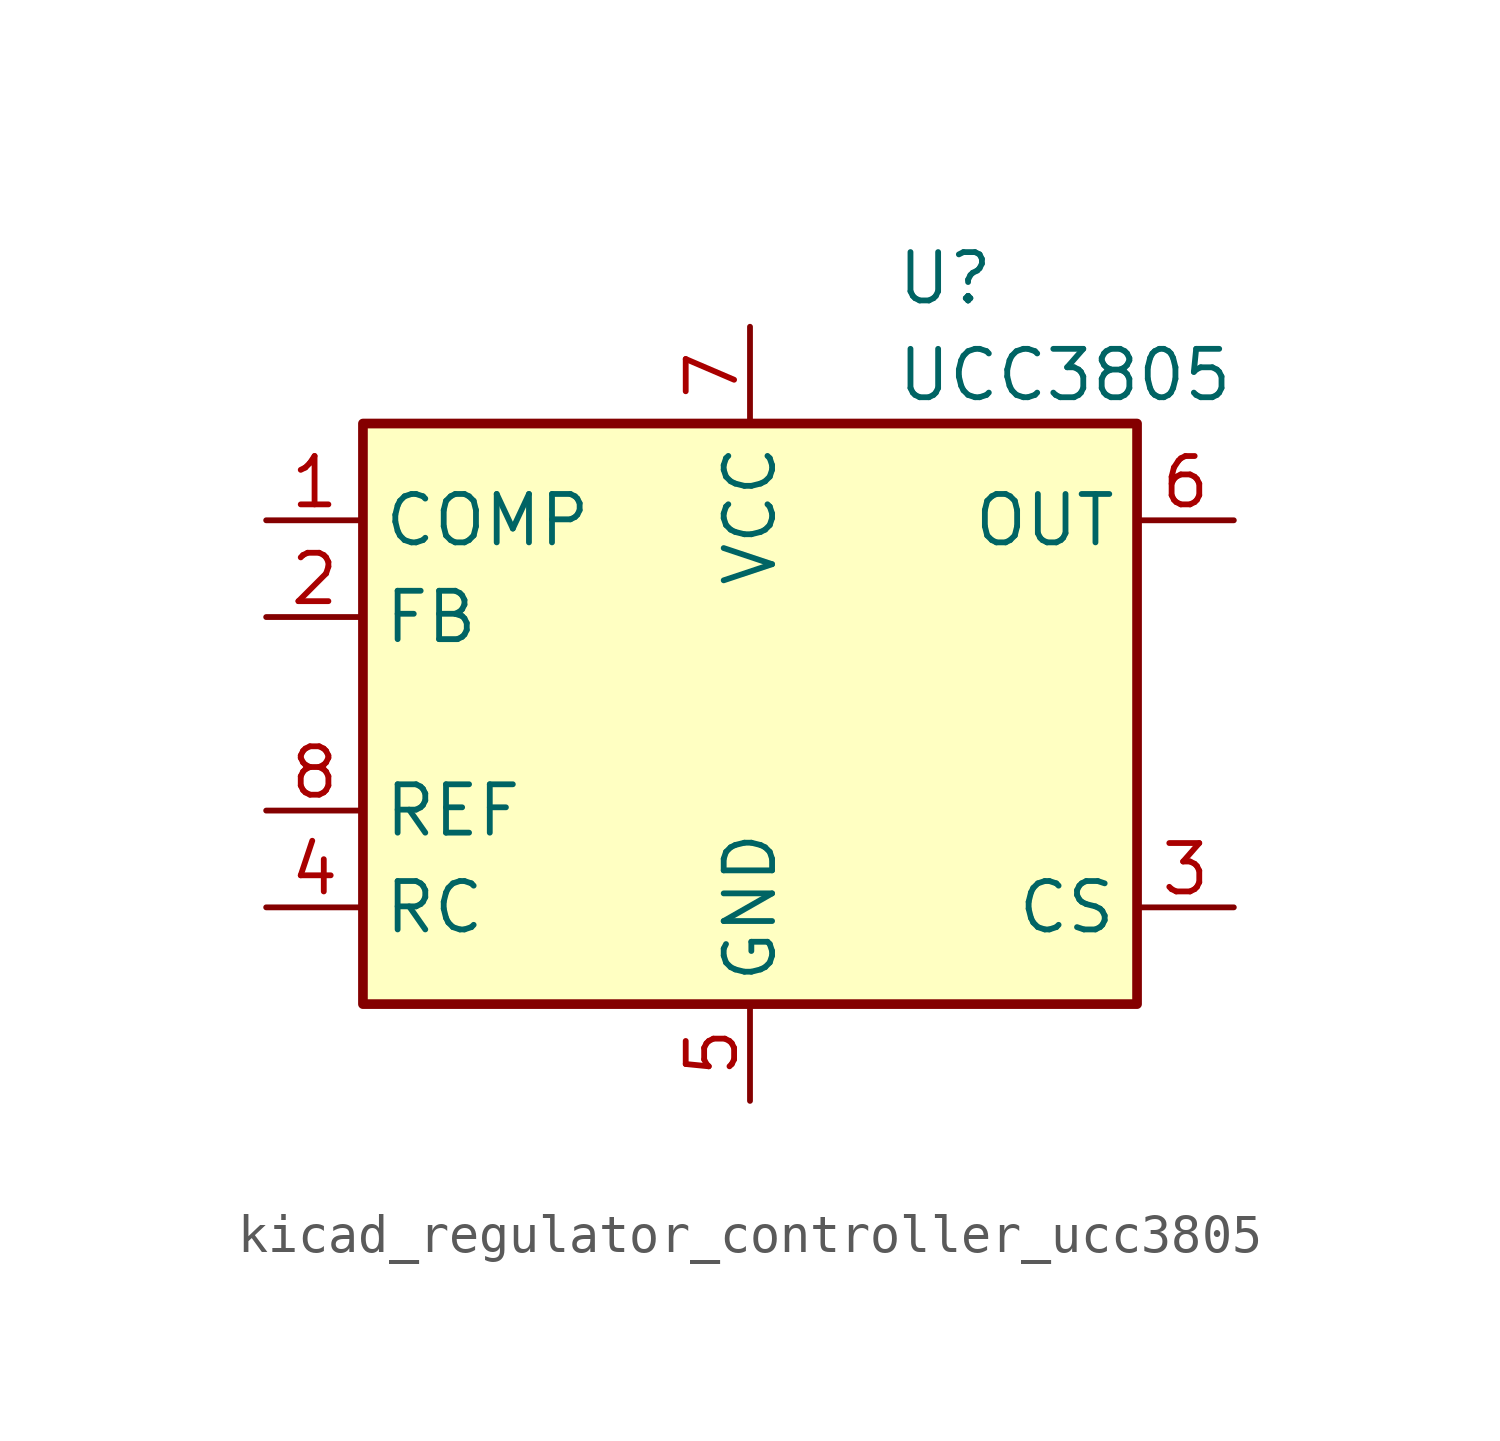
<source format=kicad_sym>
(kicad_symbol_lib
  (version 20220914)
  (generator kicad_symbol_editor)
  (symbol "kicad_regulator_controller_ucc3805"
    (property "Reference" "U"
      (at 3.81 11.43 0)
      (effects (font (size 1.27 1.27)) (justify left)))
    (property "Value" "UCC3805"
      (at 3.81 8.89 0)
      (effects (font (size 1.27 1.27)) (justify left)))
    (symbol "kicad_regulator_controller_ucc3805_0_1"
      (rectangle (start -10.16 -7.62) (end 10.16 7.62) (stroke (width 0.254) (type default)) (fill (type background))))
    (symbol "kicad_regulator_controller_ucc3805_1_1"
      (pin passive line (at -12.7 5.08 0) (length 2.54) (name "COMP" (effects (font (size 1.27 1.27)))) (number "1" (effects (font (size 1.27 1.27)))))
      (pin input line (at -12.7 2.54 0) (length 2.54) (name "FB" (effects (font (size 1.27 1.27)))) (number "2" (effects (font (size 1.27 1.27)))))
      (pin input line (at 12.7 -5.08 180) (length 2.54) (name "CS" (effects (font (size 1.27 1.27)))) (number "3" (effects (font (size 1.27 1.27)))))
      (pin passive line (at -12.7 -5.08 0) (length 2.54) (name "RC" (effects (font (size 1.27 1.27)))) (number "4" (effects (font (size 1.27 1.27)))))
      (pin power_in line (at 0 -10.16 90) (length 2.54) (name "GND" (effects (font (size 1.27 1.27)))) (number "5" (effects (font (size 1.27 1.27)))))
      (pin output line (at 12.7 5.08 180) (length 2.54) (name "OUT" (effects (font (size 1.27 1.27)))) (number "6" (effects (font (size 1.27 1.27)))))
      (pin power_in line (at 0 10.16 270) (length 2.54) (name "VCC" (effects (font (size 1.27 1.27)))) (number "7" (effects (font (size 1.27 1.27)))))
      (pin power_in line (at -12.7 -2.54 0) (length 2.54) (name "REF" (effects (font (size 1.27 1.27)))) (number "8" (effects (font (size 1.27 1.27))))))))
</source>
